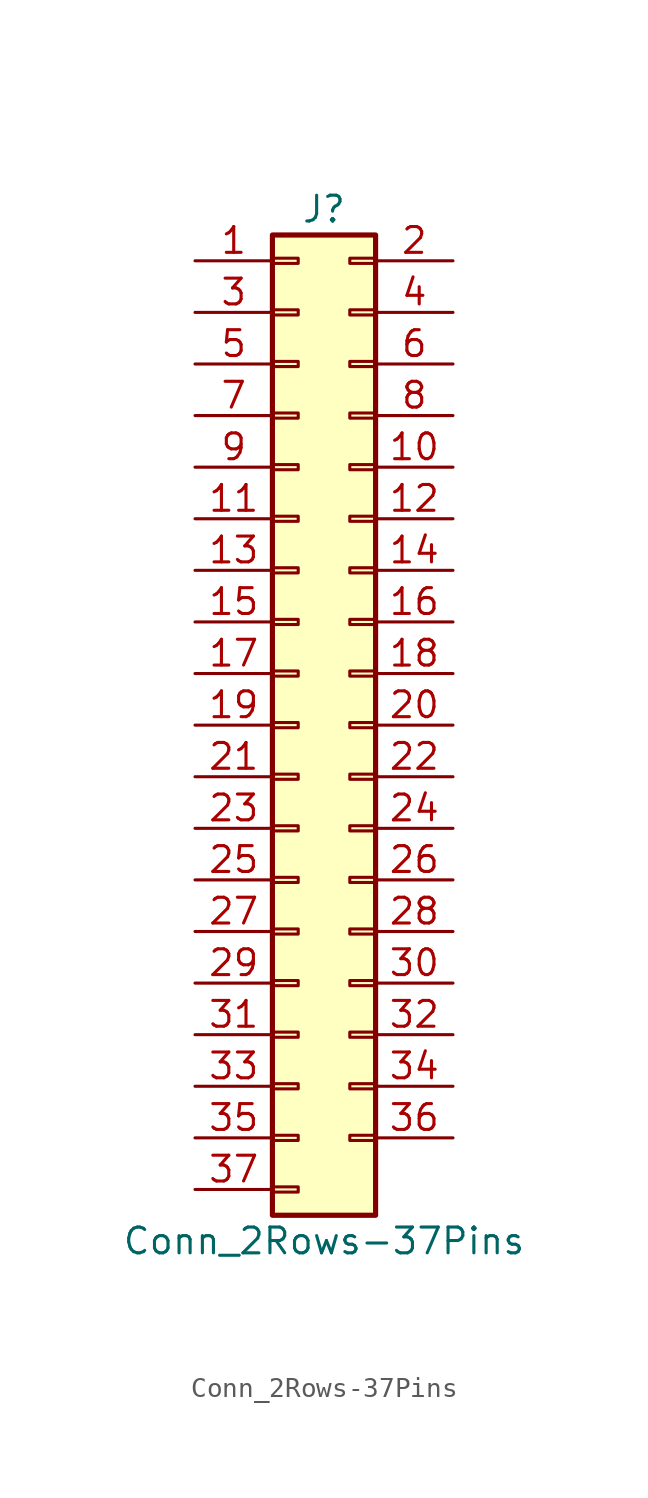
<source format=kicad_sym>
(kicad_symbol_lib
  (version 20220914)
  (generator kicad_symbol_editor)
  (symbol "Conn_2Rows-37Pins"
    (pin_names
      (offset 1.016) hide)
    (property "Reference" "J"
      (at 1.27 25.4 0)
      (effects (font (size 1.27 1.27))))
    (property "Value" "Conn_2Rows-37Pins"
      (at 1.27 -25.4 0)
      (effects (font (size 1.27 1.27))))
    (symbol "Conn_2Rows-37Pins_1_1"
      (rectangle (start -1.27 -22.733) (end 0 -22.987) (stroke (width 0.152) (type solid)) (fill (type none)))
      (rectangle (start -1.27 -20.193) (end 0 -20.447) (stroke (width 0.152) (type solid)) (fill (type none)))
      (rectangle (start -1.27 -17.653) (end 0 -17.907) (stroke (width 0.152) (type solid)) (fill (type none)))
      (rectangle (start -1.27 -15.113) (end 0 -15.367) (stroke (width 0.152) (type solid)) (fill (type none)))
      (rectangle (start -1.27 -12.573) (end 0 -12.827) (stroke (width 0.152) (type solid)) (fill (type none)))
      (rectangle (start -1.27 -10.033) (end 0 -10.287) (stroke (width 0.152) (type solid)) (fill (type none)))
      (rectangle (start -1.27 -7.493) (end 0 -7.747) (stroke (width 0.152) (type solid)) (fill (type none)))
      (rectangle (start -1.27 -4.953) (end 0 -5.207) (stroke (width 0.152) (type solid)) (fill (type none)))
      (rectangle (start -1.27 -2.413) (end 0 -2.667) (stroke (width 0.152) (type solid)) (fill (type none)))
      (rectangle (start -1.27 0.127) (end 0 -0.127) (stroke (width 0.152) (type solid)) (fill (type none)))
      (rectangle (start -1.27 2.667) (end 0 2.413) (stroke (width 0.152) (type solid)) (fill (type none)))
      (rectangle (start -1.27 5.207) (end 0 4.953) (stroke (width 0.152) (type solid)) (fill (type none)))
      (rectangle (start -1.27 7.747) (end 0 7.493) (stroke (width 0.152) (type solid)) (fill (type none)))
      (rectangle (start -1.27 10.287) (end 0 10.033) (stroke (width 0.152) (type solid)) (fill (type none)))
      (rectangle (start -1.27 12.827) (end 0 12.573) (stroke (width 0.152) (type solid)) (fill (type none)))
      (rectangle (start -1.27 15.367) (end 0 15.113) (stroke (width 0.152) (type solid)) (fill (type none)))
      (rectangle (start -1.27 17.907) (end 0 17.653) (stroke (width 0.152) (type solid)) (fill (type none)))
      (rectangle (start -1.27 20.447) (end 0 20.193) (stroke (width 0.152) (type solid)) (fill (type none)))
      (rectangle (start -1.27 22.987) (end 0 22.733) (stroke (width 0.152) (type solid)) (fill (type none)))
      (rectangle (start -1.27 24.13) (end 3.81 -24.13) (stroke (width 0.254) (type solid)) (fill (type background)))
      (rectangle (start 3.81 -20.193) (end 2.54 -20.447) (stroke (width 0.152) (type solid)) (fill (type none)))
      (rectangle (start 3.81 -17.653) (end 2.54 -17.907) (stroke (width 0.152) (type solid)) (fill (type none)))
      (rectangle (start 3.81 -15.113) (end 2.54 -15.367) (stroke (width 0.152) (type solid)) (fill (type none)))
      (rectangle (start 3.81 -12.573) (end 2.54 -12.827) (stroke (width 0.152) (type solid)) (fill (type none)))
      (rectangle (start 3.81 -10.033) (end 2.54 -10.287) (stroke (width 0.152) (type solid)) (fill (type none)))
      (rectangle (start 3.81 -7.493) (end 2.54 -7.747) (stroke (width 0.152) (type solid)) (fill (type none)))
      (rectangle (start 3.81 -4.953) (end 2.54 -5.207) (stroke (width 0.152) (type solid)) (fill (type none)))
      (rectangle (start 3.81 -2.413) (end 2.54 -2.667) (stroke (width 0.152) (type solid)) (fill (type none)))
      (rectangle (start 3.81 0.127) (end 2.54 -0.127) (stroke (width 0.152) (type solid)) (fill (type none)))
      (rectangle (start 3.81 2.667) (end 2.54 2.413) (stroke (width 0.152) (type solid)) (fill (type none)))
      (rectangle (start 3.81 5.207) (end 2.54 4.953) (stroke (width 0.152) (type solid)) (fill (type none)))
      (rectangle (start 3.81 7.747) (end 2.54 7.493) (stroke (width 0.152) (type solid)) (fill (type none)))
      (rectangle (start 3.81 10.287) (end 2.54 10.033) (stroke (width 0.152) (type solid)) (fill (type none)))
      (rectangle (start 3.81 12.827) (end 2.54 12.573) (stroke (width 0.152) (type solid)) (fill (type none)))
      (rectangle (start 3.81 15.367) (end 2.54 15.113) (stroke (width 0.152) (type solid)) (fill (type none)))
      (rectangle (start 3.81 17.907) (end 2.54 17.653) (stroke (width 0.152) (type solid)) (fill (type none)))
      (rectangle (start 3.81 20.447) (end 2.54 20.193) (stroke (width 0.152) (type solid)) (fill (type none)))
      (rectangle (start 3.81 22.987) (end 2.54 22.733) (stroke (width 0.152) (type solid)) (fill (type none)))
      (pin passive line (at -5.08 22.86 0) (length 3.81) (name "Pin_1" (effects (font (size 1.27 1.27)))) (number "1" (effects (font (size 1.27 1.27)))))
      (pin passive line (at 7.62 12.7 180) (length 3.81) (name "Pin_10" (effects (font (size 1.27 1.27)))) (number "10" (effects (font (size 1.27 1.27)))))
      (pin passive line (at -5.08 10.16 0) (length 3.81) (name "Pin_11" (effects (font (size 1.27 1.27)))) (number "11" (effects (font (size 1.27 1.27)))))
      (pin passive line (at 7.62 10.16 180) (length 3.81) (name "Pin_12" (effects (font (size 1.27 1.27)))) (number "12" (effects (font (size 1.27 1.27)))))
      (pin passive line (at -5.08 7.62 0) (length 3.81) (name "Pin_13" (effects (font (size 1.27 1.27)))) (number "13" (effects (font (size 1.27 1.27)))))
      (pin passive line (at 7.62 7.62 180) (length 3.81) (name "Pin_14" (effects (font (size 1.27 1.27)))) (number "14" (effects (font (size 1.27 1.27)))))
      (pin passive line (at -5.08 5.08 0) (length 3.81) (name "Pin_15" (effects (font (size 1.27 1.27)))) (number "15" (effects (font (size 1.27 1.27)))))
      (pin passive line (at 7.62 5.08 180) (length 3.81) (name "Pin_16" (effects (font (size 1.27 1.27)))) (number "16" (effects (font (size 1.27 1.27)))))
      (pin passive line (at -5.08 2.54 0) (length 3.81) (name "Pin_17" (effects (font (size 1.27 1.27)))) (number "17" (effects (font (size 1.27 1.27)))))
      (pin passive line (at 7.62 2.54 180) (length 3.81) (name "Pin_18" (effects (font (size 1.27 1.27)))) (number "18" (effects (font (size 1.27 1.27)))))
      (pin passive line (at -5.08 0 0) (length 3.81) (name "Pin_19" (effects (font (size 1.27 1.27)))) (number "19" (effects (font (size 1.27 1.27)))))
      (pin passive line (at 7.62 22.86 180) (length 3.81) (name "Pin_2" (effects (font (size 1.27 1.27)))) (number "2" (effects (font (size 1.27 1.27)))))
      (pin passive line (at 7.62 0 180) (length 3.81) (name "Pin_20" (effects (font (size 1.27 1.27)))) (number "20" (effects (font (size 1.27 1.27)))))
      (pin passive line (at -5.08 -2.54 0) (length 3.81) (name "Pin_21" (effects (font (size 1.27 1.27)))) (number "21" (effects (font (size 1.27 1.27)))))
      (pin passive line (at 7.62 -2.54 180) (length 3.81) (name "Pin_22" (effects (font (size 1.27 1.27)))) (number "22" (effects (font (size 1.27 1.27)))))
      (pin passive line (at -5.08 -5.08 0) (length 3.81) (name "Pin_23" (effects (font (size 1.27 1.27)))) (number "23" (effects (font (size 1.27 1.27)))))
      (pin passive line (at 7.62 -5.08 180) (length 3.81) (name "Pin_24" (effects (font (size 1.27 1.27)))) (number "24" (effects (font (size 1.27 1.27)))))
      (pin passive line (at -5.08 -7.62 0) (length 3.81) (name "Pin_25" (effects (font (size 1.27 1.27)))) (number "25" (effects (font (size 1.27 1.27)))))
      (pin passive line (at 7.62 -7.62 180) (length 3.81) (name "Pin_26" (effects (font (size 1.27 1.27)))) (number "26" (effects (font (size 1.27 1.27)))))
      (pin passive line (at -5.08 -10.16 0) (length 3.81) (name "Pin_27" (effects (font (size 1.27 1.27)))) (number "27" (effects (font (size 1.27 1.27)))))
      (pin passive line (at 7.62 -10.16 180) (length 3.81) (name "Pin_28" (effects (font (size 1.27 1.27)))) (number "28" (effects (font (size 1.27 1.27)))))
      (pin passive line (at -5.08 -12.7 0) (length 3.81) (name "Pin_29" (effects (font (size 1.27 1.27)))) (number "29" (effects (font (size 1.27 1.27)))))
      (pin passive line (at -5.08 20.32 0) (length 3.81) (name "Pin_3" (effects (font (size 1.27 1.27)))) (number "3" (effects (font (size 1.27 1.27)))))
      (pin passive line (at 7.62 -12.7 180) (length 3.81) (name "Pin_30" (effects (font (size 1.27 1.27)))) (number "30" (effects (font (size 1.27 1.27)))))
      (pin passive line (at -5.08 -15.24 0) (length 3.81) (name "Pin_31" (effects (font (size 1.27 1.27)))) (number "31" (effects (font (size 1.27 1.27)))))
      (pin passive line (at 7.62 -15.24 180) (length 3.81) (name "Pin_32" (effects (font (size 1.27 1.27)))) (number "32" (effects (font (size 1.27 1.27)))))
      (pin passive line (at -5.08 -17.78 0) (length 3.81) (name "Pin_33" (effects (font (size 1.27 1.27)))) (number "33" (effects (font (size 1.27 1.27)))))
      (pin passive line (at 7.62 -17.78 180) (length 3.81) (name "Pin_34" (effects (font (size 1.27 1.27)))) (number "34" (effects (font (size 1.27 1.27)))))
      (pin passive line (at -5.08 -20.32 0) (length 3.81) (name "Pin_35" (effects (font (size 1.27 1.27)))) (number "35" (effects (font (size 1.27 1.27)))))
      (pin passive line (at 7.62 -20.32 180) (length 3.81) (name "Pin_36" (effects (font (size 1.27 1.27)))) (number "36" (effects (font (size 1.27 1.27)))))
      (pin passive line (at -5.08 -22.86 0) (length 3.81) (name "Pin_37" (effects (font (size 1.27 1.27)))) (number "37" (effects (font (size 1.27 1.27)))))
      (pin passive line (at 7.62 20.32 180) (length 3.81) (name "Pin_4" (effects (font (size 1.27 1.27)))) (number "4" (effects (font (size 1.27 1.27)))))
      (pin passive line (at -5.08 17.78 0) (length 3.81) (name "Pin_5" (effects (font (size 1.27 1.27)))) (number "5" (effects (font (size 1.27 1.27)))))
      (pin passive line (at 7.62 17.78 180) (length 3.81) (name "Pin_6" (effects (font (size 1.27 1.27)))) (number "6" (effects (font (size 1.27 1.27)))))
      (pin passive line (at -5.08 15.24 0) (length 3.81) (name "Pin_7" (effects (font (size 1.27 1.27)))) (number "7" (effects (font (size 1.27 1.27)))))
      (pin passive line (at 7.62 15.24 180) (length 3.81) (name "Pin_8" (effects (font (size 1.27 1.27)))) (number "8" (effects (font (size 1.27 1.27)))))
      (pin passive line (at -5.08 12.7 0) (length 3.81) (name "Pin_9" (effects (font (size 1.27 1.27)))) (number "9" (effects (font (size 1.27 1.27))))))))
</source>
